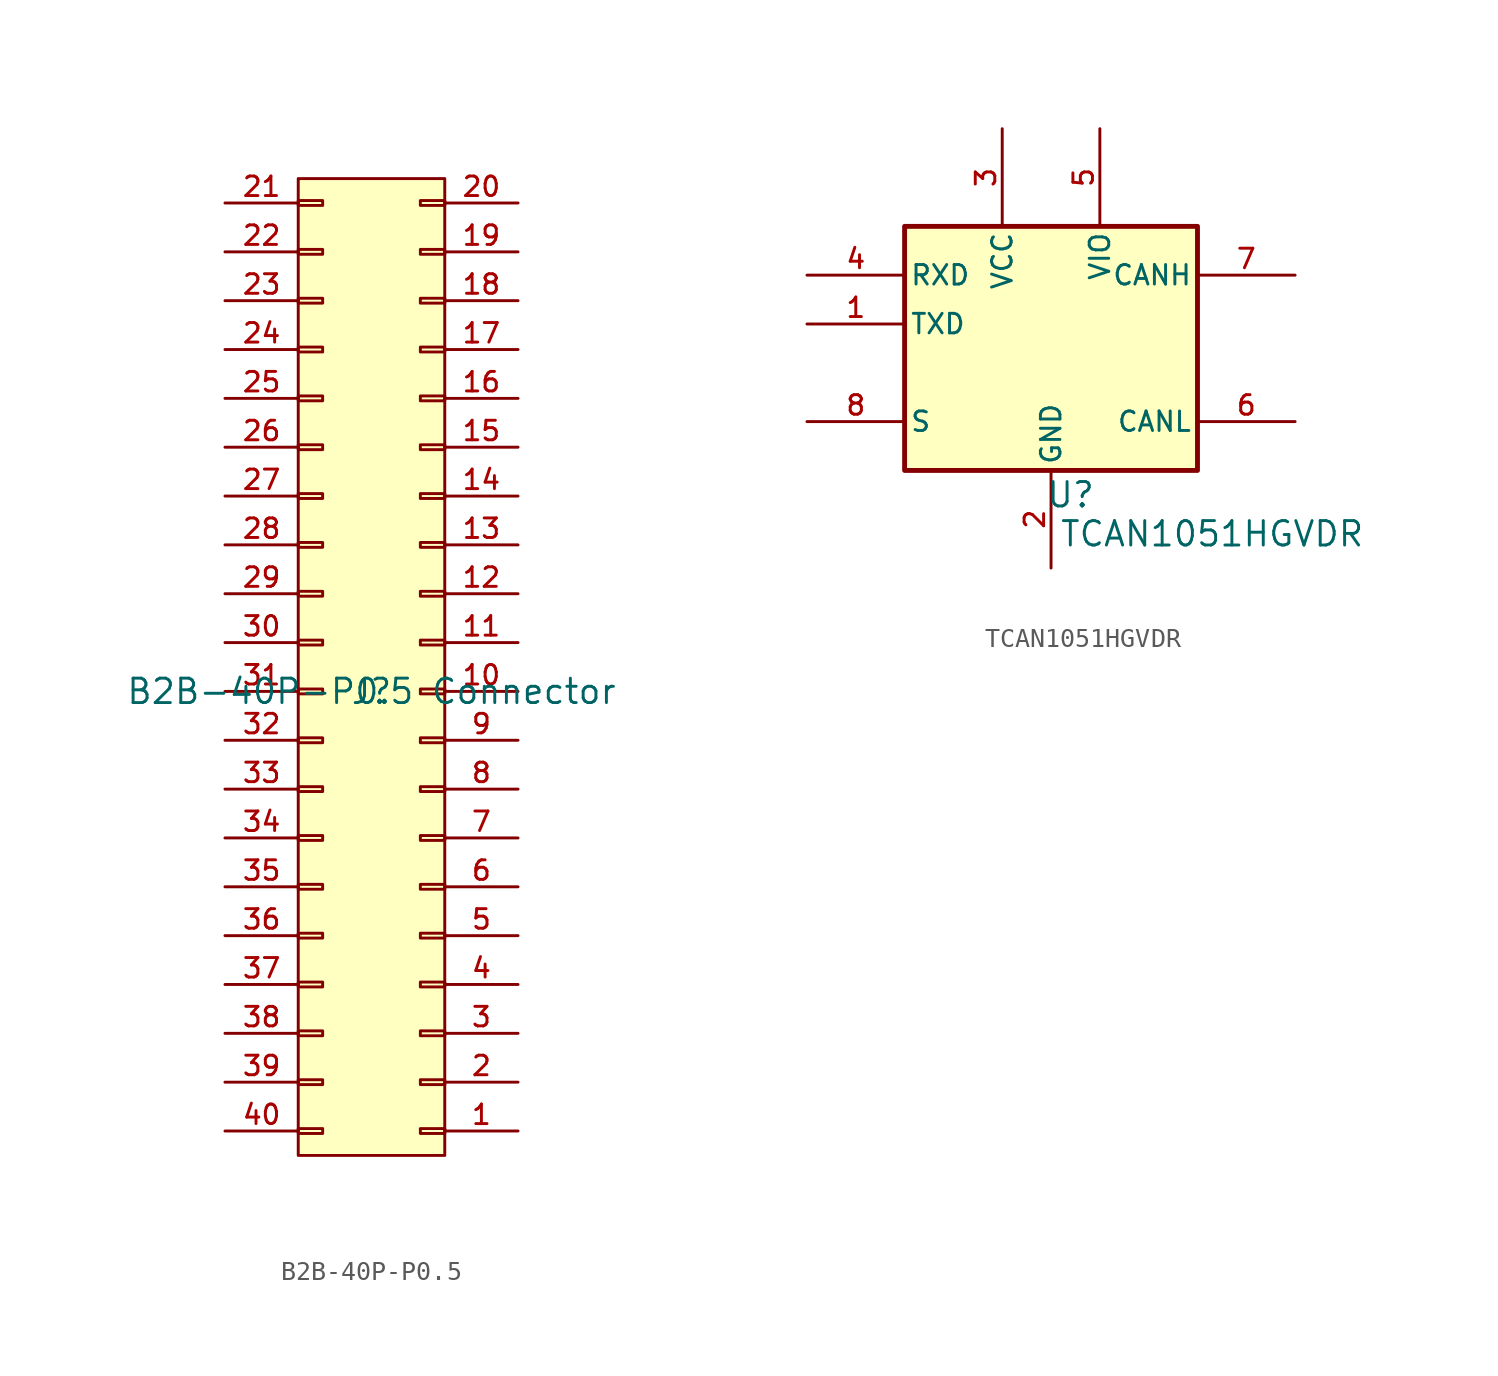
<source format=kicad_sym>
(kicad_symbol_lib
  (version 20231120)
  (generator "kicad_symbol_editor")
  (generator_version "8.0")
  (symbol "B2B-40P-P0.5"
    (property "Reference" "J"
      (at 0 0 0)
      (effects (font (size 1.27 1.27))))
    (property "Value" "B2B-40P-P0.5 Connector"
      (at 0 0 0)
      (effects (font (size 1.27 1.27))))
    (symbol "B2B-40P-P0.5_1_1"
      (rectangle (start -3.81 -22.987) (end -2.54 -22.733) (stroke (width 0.152) (type default)) (fill (type none)))
      (rectangle (start -3.81 -20.447) (end -2.54 -20.193) (stroke (width 0.152) (type default)) (fill (type none)))
      (rectangle (start -3.81 -17.907) (end -2.54 -17.653) (stroke (width 0.152) (type default)) (fill (type none)))
      (rectangle (start -3.81 -15.367) (end -2.54 -15.113) (stroke (width 0.152) (type default)) (fill (type none)))
      (rectangle (start -3.81 -12.827) (end -2.54 -12.573) (stroke (width 0.152) (type default)) (fill (type none)))
      (rectangle (start -3.81 -10.287) (end -2.54 -10.033) (stroke (width 0.152) (type default)) (fill (type none)))
      (rectangle (start -3.81 -7.747) (end -2.54 -7.493) (stroke (width 0.152) (type default)) (fill (type none)))
      (rectangle (start -3.81 -5.207) (end -2.54 -4.953) (stroke (width 0.152) (type default)) (fill (type none)))
      (rectangle (start -3.81 -2.667) (end -2.54 -2.413) (stroke (width 0.152) (type default)) (fill (type none)))
      (rectangle (start -3.81 -0.127) (end -2.54 0.127) (stroke (width 0.152) (type default)) (fill (type none)))
      (rectangle (start -3.81 26.67) (end 3.81 -24.13) (stroke (width 0) (type default)) (fill (type background)))
      (rectangle (start -2.54 2.667) (end -3.81 2.413) (stroke (width 0.152) (type default)) (fill (type none)))
      (rectangle (start -2.54 5.207) (end -3.81 4.953) (stroke (width 0.152) (type default)) (fill (type none)))
      (rectangle (start -2.54 7.747) (end -3.81 7.493) (stroke (width 0.152) (type default)) (fill (type none)))
      (rectangle (start -2.54 10.287) (end -3.81 10.033) (stroke (width 0.152) (type default)) (fill (type none)))
      (rectangle (start -2.54 12.827) (end -3.81 12.573) (stroke (width 0.152) (type default)) (fill (type none)))
      (rectangle (start -2.54 15.367) (end -3.81 15.113) (stroke (width 0.152) (type default)) (fill (type none)))
      (rectangle (start -2.54 17.907) (end -3.81 17.653) (stroke (width 0.152) (type default)) (fill (type none)))
      (rectangle (start -2.54 20.447) (end -3.81 20.193) (stroke (width 0.152) (type default)) (fill (type none)))
      (rectangle (start -2.54 22.987) (end -3.81 22.733) (stroke (width 0.152) (type default)) (fill (type none)))
      (rectangle (start -2.54 25.527) (end -3.81 25.273) (stroke (width 0.152) (type default)) (fill (type none)))
      (rectangle (start 2.54 0.127) (end 3.81 -0.127) (stroke (width 0.152) (type default)) (fill (type none)))
      (rectangle (start 2.54 2.667) (end 3.81 2.413) (stroke (width 0.152) (type default)) (fill (type none)))
      (rectangle (start 2.54 5.207) (end 3.81 4.953) (stroke (width 0.152) (type default)) (fill (type none)))
      (rectangle (start 2.54 7.747) (end 3.81 7.493) (stroke (width 0.152) (type default)) (fill (type none)))
      (rectangle (start 2.54 10.287) (end 3.81 10.033) (stroke (width 0.152) (type default)) (fill (type none)))
      (rectangle (start 2.54 12.827) (end 3.81 12.573) (stroke (width 0.152) (type default)) (fill (type none)))
      (rectangle (start 2.54 15.367) (end 3.81 15.113) (stroke (width 0.152) (type default)) (fill (type none)))
      (rectangle (start 2.54 17.907) (end 3.81 17.653) (stroke (width 0.152) (type default)) (fill (type none)))
      (rectangle (start 2.54 20.447) (end 3.81 20.193) (stroke (width 0.152) (type default)) (fill (type none)))
      (rectangle (start 2.54 22.987) (end 3.81 22.733) (stroke (width 0.152) (type default)) (fill (type none)))
      (rectangle (start 2.54 25.527) (end 3.81 25.273) (stroke (width 0.152) (type default)) (fill (type none)))
      (rectangle (start 3.81 -22.987) (end 2.54 -22.733) (stroke (width 0.152) (type default)) (fill (type none)))
      (rectangle (start 3.81 -20.447) (end 2.54 -20.193) (stroke (width 0.152) (type default)) (fill (type none)))
      (rectangle (start 3.81 -17.907) (end 2.54 -17.653) (stroke (width 0.152) (type default)) (fill (type none)))
      (rectangle (start 3.81 -15.367) (end 2.54 -15.113) (stroke (width 0.152) (type default)) (fill (type none)))
      (rectangle (start 3.81 -12.827) (end 2.54 -12.573) (stroke (width 0.152) (type default)) (fill (type none)))
      (rectangle (start 3.81 -10.287) (end 2.54 -10.033) (stroke (width 0.152) (type default)) (fill (type none)))
      (rectangle (start 3.81 -7.747) (end 2.54 -7.493) (stroke (width 0.152) (type default)) (fill (type none)))
      (rectangle (start 3.81 -5.207) (end 2.54 -4.953) (stroke (width 0.152) (type default)) (fill (type none)))
      (rectangle (start 3.81 -2.667) (end 2.54 -2.413) (stroke (width 0.152) (type default)) (fill (type none)))
      (pin passive line (at 7.62 -22.86 180) (length 3.81) (name "" (effects (font (size 1.27 1.27)))) (number "1" (effects (font (size 1.016 1.016)))))
      (pin passive line (at 7.62 0 180) (length 3.81) (name "" (effects (font (size 1.27 1.27)))) (number "10" (effects (font (size 1.016 1.016)))))
      (pin passive line (at 7.62 2.54 180) (length 3.81) (name "" (effects (font (size 1.27 1.27)))) (number "11" (effects (font (size 1.016 1.016)))))
      (pin passive line (at 7.62 5.08 180) (length 3.81) (name "" (effects (font (size 1.27 1.27)))) (number "12" (effects (font (size 1.016 1.016)))))
      (pin passive line (at 7.62 7.62 180) (length 3.81) (name "" (effects (font (size 1.27 1.27)))) (number "13" (effects (font (size 1.016 1.016)))))
      (pin passive line (at 7.62 10.16 180) (length 3.81) (name "" (effects (font (size 1.27 1.27)))) (number "14" (effects (font (size 1.016 1.016)))))
      (pin passive line (at 7.62 12.7 180) (length 3.81) (name "" (effects (font (size 1.27 1.27)))) (number "15" (effects (font (size 1.016 1.016)))))
      (pin passive line (at 7.62 15.24 180) (length 3.81) (name "" (effects (font (size 1.27 1.27)))) (number "16" (effects (font (size 1.016 1.016)))))
      (pin passive line (at 7.62 17.78 180) (length 3.81) (name "" (effects (font (size 1.27 1.27)))) (number "17" (effects (font (size 1.016 1.016)))))
      (pin passive line (at 7.62 20.32 180) (length 3.81) (name "" (effects (font (size 1.27 1.27)))) (number "18" (effects (font (size 1.016 1.016)))))
      (pin passive line (at 7.62 22.86 180) (length 3.81) (name "" (effects (font (size 1.27 1.27)))) (number "19" (effects (font (size 1.016 1.016)))))
      (pin passive line (at 7.62 -20.32 180) (length 3.81) (name "" (effects (font (size 1.27 1.27)))) (number "2" (effects (font (size 1.016 1.016)))))
      (pin passive line (at 7.62 25.4 180) (length 3.81) (name "" (effects (font (size 1.27 1.27)))) (number "20" (effects (font (size 1.016 1.016)))))
      (pin passive line (at -7.62 25.4 0) (length 3.81) (name "" (effects (font (size 1.27 1.27)))) (number "21" (effects (font (size 1.016 1.016)))))
      (pin passive line (at -7.62 22.86 0) (length 3.81) (name "" (effects (font (size 1.27 1.27)))) (number "22" (effects (font (size 1.016 1.016)))))
      (pin passive line (at -7.62 20.32 0) (length 3.81) (name "" (effects (font (size 1.27 1.27)))) (number "23" (effects (font (size 1.016 1.016)))))
      (pin passive line (at -7.62 17.78 0) (length 3.81) (name "" (effects (font (size 1.27 1.27)))) (number "24" (effects (font (size 1.016 1.016)))))
      (pin passive line (at -7.62 15.24 0) (length 3.81) (name "" (effects (font (size 1.27 1.27)))) (number "25" (effects (font (size 1.016 1.016)))))
      (pin passive line (at -7.62 12.7 0) (length 3.81) (name "" (effects (font (size 1.27 1.27)))) (number "26" (effects (font (size 1.016 1.016)))))
      (pin passive line (at -7.62 10.16 0) (length 3.81) (name "" (effects (font (size 1.27 1.27)))) (number "27" (effects (font (size 1.016 1.016)))))
      (pin passive line (at -7.62 7.62 0) (length 3.81) (name "" (effects (font (size 1.27 1.27)))) (number "28" (effects (font (size 1.016 1.016)))))
      (pin passive line (at -7.62 5.08 0) (length 3.81) (name "" (effects (font (size 1.27 1.27)))) (number "29" (effects (font (size 1.016 1.016)))))
      (pin passive line (at 7.62 -17.78 180) (length 3.81) (name "" (effects (font (size 1.27 1.27)))) (number "3" (effects (font (size 1.016 1.016)))))
      (pin passive line (at -7.62 2.54 0) (length 3.81) (name "" (effects (font (size 1.27 1.27)))) (number "30" (effects (font (size 1.016 1.016)))))
      (pin passive line (at -7.62 0 0) (length 3.81) (name "" (effects (font (size 1.27 1.27)))) (number "31" (effects (font (size 1.016 1.016)))))
      (pin passive line (at -7.62 -2.54 0) (length 3.81) (name "" (effects (font (size 1.27 1.27)))) (number "32" (effects (font (size 1.016 1.016)))))
      (pin passive line (at -7.62 -5.08 0) (length 3.81) (name "" (effects (font (size 1.27 1.27)))) (number "33" (effects (font (size 1.016 1.016)))))
      (pin passive line (at -7.62 -7.62 0) (length 3.81) (name "" (effects (font (size 1.27 1.27)))) (number "34" (effects (font (size 1.016 1.016)))))
      (pin passive line (at -7.62 -10.16 0) (length 3.81) (name "" (effects (font (size 1.27 1.27)))) (number "35" (effects (font (size 1.016 1.016)))))
      (pin passive line (at -7.62 -12.7 0) (length 3.81) (name "" (effects (font (size 1.27 1.27)))) (number "36" (effects (font (size 1.016 1.016)))))
      (pin passive line (at -7.62 -15.24 0) (length 3.81) (name "" (effects (font (size 1.27 1.27)))) (number "37" (effects (font (size 1.016 1.016)))))
      (pin passive line (at -7.62 -17.78 0) (length 3.81) (name "" (effects (font (size 1.27 1.27)))) (number "38" (effects (font (size 1.016 1.016)))))
      (pin passive line (at -7.62 -20.32 0) (length 3.81) (name "" (effects (font (size 1.27 1.27)))) (number "39" (effects (font (size 1.016 1.016)))))
      (pin passive line (at 7.62 -15.24 180) (length 3.81) (name "" (effects (font (size 1.27 1.27)))) (number "4" (effects (font (size 1.016 1.016)))))
      (pin passive line (at -7.62 -22.86 0) (length 3.81) (name "" (effects (font (size 1.27 1.27)))) (number "40" (effects (font (size 1.016 1.016)))))
      (pin passive line (at 7.62 -12.7 180) (length 3.81) (name "" (effects (font (size 1.27 1.27)))) (number "5" (effects (font (size 1.016 1.016)))))
      (pin passive line (at 7.62 -10.16 180) (length 3.81) (name "" (effects (font (size 1.27 1.27)))) (number "6" (effects (font (size 1.016 1.016)))))
      (pin passive line (at 7.62 -7.62 180) (length 3.81) (name "" (effects (font (size 1.27 1.27)))) (number "7" (effects (font (size 1.016 1.016)))))
      (pin passive line (at 7.62 -5.08 180) (length 3.81) (name "" (effects (font (size 1.27 1.27)))) (number "8" (effects (font (size 1.016 1.016)))))
      (pin passive line (at 7.62 -2.54 180) (length 3.81) (name "" (effects (font (size 1.27 1.27)))) (number "9" (effects (font (size 1.016 1.016)))))))
  (symbol "TCAN1051HGVDR"
    (pin_names
      (offset 0.254))
    (property "Reference" "U"
      (at 1.016 -7.62 0)
      (effects (font (size 1.27 1.27))))
    (property "Value" "TCAN1051HGVDR"
      (at 8.382 -9.652 0)
      (effects (font (size 1.27 1.27))))
    (property "ki_locked" ""
      (at 0 0 0)
      (effects (font (size 1.27 1.27))))
    (symbol "TCAN1051HGVDR_1_0"
      (pin input line (at -12.7 1.27 0) (length 5.08) (name "TXD" (effects (font (size 1.016 1.016)))) (number "1" (effects (font (size 1.016 1.016)))))
      (pin power_in line (at 0 -11.43 90) (length 5.08) (name "GND" (effects (font (size 1.016 1.016)))) (number "2" (effects (font (size 1.016 1.016)))))
      (pin power_in line (at -2.54 11.43 270) (length 5.08) (name "VCC" (effects (font (size 1.016 1.016)))) (number "3" (effects (font (size 1.016 1.016)))))
      (pin input line (at -12.7 3.81 0) (length 5.08) (name "RXD" (effects (font (size 1.016 1.016)))) (number "4" (effects (font (size 1.016 1.016)))))
      (pin power_in line (at 2.54 11.43 270) (length 5.08) (name "VIO" (effects (font (size 1.016 1.016)))) (number "5" (effects (font (size 1.016 1.016)))))
      (pin bidirectional line (at 12.7 -3.81 180) (length 5.08) (name "CANL" (effects (font (size 1.016 1.016)))) (number "6" (effects (font (size 1.016 1.016)))))
      (pin bidirectional line (at 12.7 3.81 180) (length 5.08) (name "CANH" (effects (font (size 1.016 1.016)))) (number "7" (effects (font (size 1.016 1.016)))))
      (pin bidirectional line (at -12.7 -3.81 0) (length 5.08) (name "S" (effects (font (size 1.016 1.016)))) (number "8" (effects (font (size 1.016 1.016))))))
    (symbol "TCAN1051HGVDR_1_1"
      (rectangle (start -7.62 6.35) (end 7.62 -6.35) (stroke (width 0.254) (type default)) (fill (type background))))))
</source>
